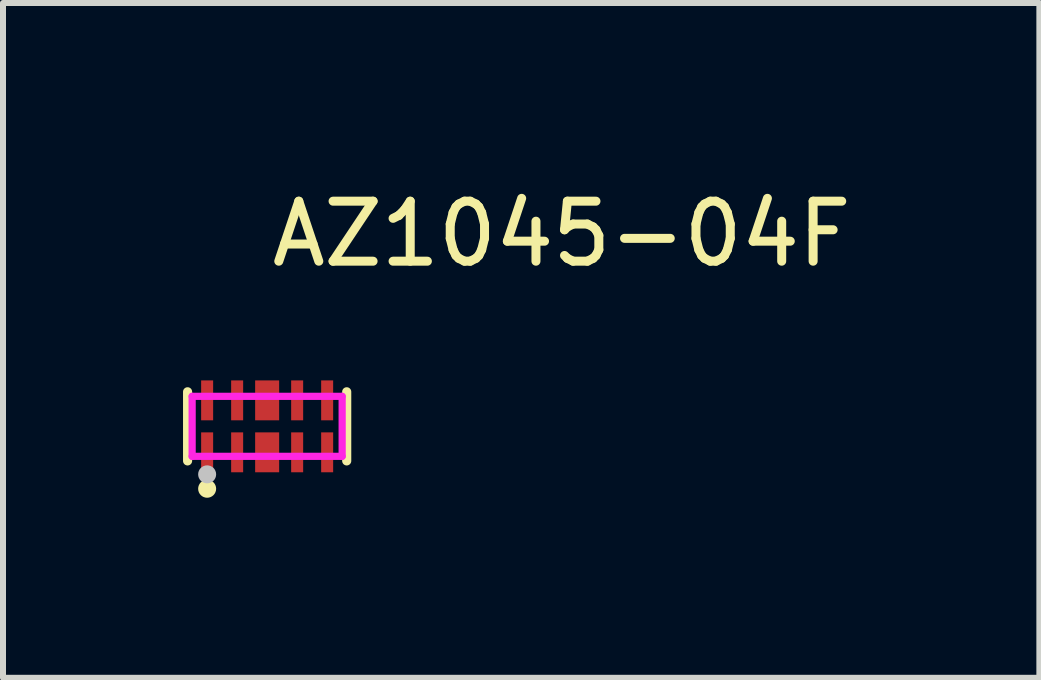
<source format=kicad_pcb>
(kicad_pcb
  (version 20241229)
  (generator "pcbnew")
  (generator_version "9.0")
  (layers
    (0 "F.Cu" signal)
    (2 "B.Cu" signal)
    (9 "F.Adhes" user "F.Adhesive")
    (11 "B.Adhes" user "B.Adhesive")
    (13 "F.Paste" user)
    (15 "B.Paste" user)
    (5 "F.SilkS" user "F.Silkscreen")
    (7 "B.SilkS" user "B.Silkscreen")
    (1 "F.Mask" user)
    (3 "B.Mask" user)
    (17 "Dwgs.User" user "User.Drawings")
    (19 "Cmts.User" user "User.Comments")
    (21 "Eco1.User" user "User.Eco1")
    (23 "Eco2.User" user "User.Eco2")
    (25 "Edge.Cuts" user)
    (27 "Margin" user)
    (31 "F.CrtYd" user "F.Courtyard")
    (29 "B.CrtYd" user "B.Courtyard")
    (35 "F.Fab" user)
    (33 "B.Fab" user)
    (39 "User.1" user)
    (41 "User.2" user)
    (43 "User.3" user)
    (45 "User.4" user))
  (footprint "AZ1045-04F"
    (layer "F.Cu")
    (at 1.402 4.055)
    (property "Reference" "AZ1045-04F" (at 0 -3.207 0) (layer "F.SilkS") (effects (font (size 1 1) (thickness 0.15)) (justify left)))
    (attr through_hole)
    (fp_line (start -1.326 0.576) (end -1.326 -0.576) (stroke (width 0.152) (type solid)) (layer "F.SilkS"))
    (fp_line (start 1.326 0.576) (end 1.326 -0.576) (stroke (width 0.152) (type solid)) (layer "F.SilkS"))
    (fp_circle (center -1 1.04) (end -0.925 1.04) (stroke (width 0.15) (type solid)) (fill no) (layer "F.SilkS"))
    (fp_poly (pts (xy -1.101 -0.765) (xy -0.9 -0.765) (xy -0.9 -0.101) (xy -1.1 -0.101)) (stroke (width 0.12) (type solid)) (fill yes) (layer "F.Paste"))
    (fp_poly (pts (xy -1.101 0.1) (xy -0.9 0.1) (xy -0.9 0.765) (xy -1.1 0.765)) (stroke (width 0.12) (type solid)) (fill yes) (layer "F.Paste"))
    (fp_poly (pts (xy -0.601 -0.765) (xy -0.4 -0.765) (xy -0.4 -0.101) (xy -0.6 -0.101)) (stroke (width 0.12) (type solid)) (fill yes) (layer "F.Paste"))
    (fp_poly (pts (xy -0.601 0.1) (xy -0.4 0.1) (xy -0.4 0.765) (xy -0.6 0.765)) (stroke (width 0.12) (type solid)) (fill yes) (layer "F.Paste"))
    (fp_poly (pts (xy -0.2 -0.765) (xy 0.2 -0.765) (xy 0.2 -0.1) (xy -0.2 -0.1)) (stroke (width 0.12) (type solid)) (fill yes) (layer "F.Paste"))
    (fp_poly (pts (xy 0.399 -0.765) (xy 0.6 -0.765) (xy 0.6 -0.101) (xy 0.4 -0.101)) (stroke (width 0.12) (type solid)) (fill yes) (layer "F.Paste"))
    (fp_poly (pts (xy 0.399 0.1) (xy 0.6 0.1) (xy 0.6 0.765) (xy 0.4 0.765)) (stroke (width 0.12) (type solid)) (fill yes) (layer "F.Paste"))
    (fp_poly (pts (xy 0.899 -0.765) (xy 1.1 -0.765) (xy 1.1 -0.101) (xy 0.9 -0.101)) (stroke (width 0.12) (type solid)) (fill yes) (layer "F.Paste"))
    (fp_poly (pts (xy 0.899 0.1) (xy 1.1 0.1) (xy 1.1 0.765) (xy 0.9 0.765)) (stroke (width 0.12) (type solid)) (fill yes) (layer "F.Paste"))
    (fp_poly (pts (xy -0.2 0.1) (xy 0.2 0.1) (xy 0.2 0.765) (xy -0.2 0.765) (xy -0.2 0.766)) (stroke (width 0.12) (type solid)) (fill yes) (layer "F.Paste"))
    (fp_circle (center -1 0.8) (end -0.925 0.8) (stroke (width 0.15) (type solid)) (fill no) (layer "Dwgs.User"))
    (fp_circle (center -1.25 0.5) (end -1.22 0.5) (stroke (width 0.06) (type solid)) (fill no) (layer "Eco2.User"))
    (fp_poly (pts (xy -1.1 -0.5) (xy -1.1 -0.1) (xy -0.9 -0.1) (xy -0.9 -0.5)) (stroke (width 0.12) (type solid)) (fill no) (layer "Eco2.User"))
    (fp_poly (pts (xy -1.1 0.5) (xy -1.1 0.1) (xy -0.9 0.1) (xy -0.9 0.5)) (stroke (width 0.12) (type solid)) (fill no) (layer "Eco2.User"))
    (fp_poly (pts (xy -0.6 -0.5) (xy -0.6 -0.1) (xy -0.4 -0.1) (xy -0.4 -0.5)) (stroke (width 0.12) (type solid)) (fill no) (layer "Eco2.User"))
    (fp_poly (pts (xy -0.6 0.5) (xy -0.6 0.1) (xy -0.4 0.1) (xy -0.4 0.5)) (stroke (width 0.12) (type solid)) (fill no) (layer "Eco2.User"))
    (fp_poly (pts (xy -0.2 -0.5) (xy 0.2 -0.5) (xy 0.2 -0.1) (xy -0.2 -0.1)) (stroke (width 0.12) (type solid)) (fill no) (layer "Eco2.User"))
    (fp_poly (pts (xy -0.2 0.1) (xy 0.2 0.1) (xy 0.2 0.5) (xy -0.2 0.5)) (stroke (width 0.12) (type solid)) (fill no) (layer "Eco2.User"))
    (fp_poly (pts (xy 0.4 -0.5) (xy 0.4 -0.1) (xy 0.6 -0.1) (xy 0.6 -0.5)) (stroke (width 0.12) (type solid)) (fill no) (layer "Eco2.User"))
    (fp_poly (pts (xy 0.4 0.5) (xy 0.4 0.1) (xy 0.6 0.1) (xy 0.6 0.5)) (stroke (width 0.12) (type solid)) (fill no) (layer "Eco2.User"))
    (fp_poly (pts (xy 0.9 -0.5) (xy 0.9 -0.1) (xy 1.1 -0.1) (xy 1.1 -0.5)) (stroke (width 0.12) (type solid)) (fill no) (layer "Eco2.User"))
    (fp_poly (pts (xy 0.9 0.5) (xy 0.9 0.1) (xy 1.1 0.1) (xy 1.1 0.5)) (stroke (width 0.12) (type solid)) (fill no) (layer "Eco2.User"))
    (fp_line (start -1.25 -0.5) (end 1.25 -0.5) (stroke (width 0.12) (type solid)) (layer "F.CrtYd"))
    (fp_line (start -1.25 0.5) (end -1.25 -0.5) (stroke (width 0.12) (type solid)) (layer "F.CrtYd"))
    (fp_line (start 1.25 -0.5) (end 1.25 0.5) (stroke (width 0.12) (type solid)) (layer "F.CrtYd"))
    (fp_line (start 1.25 0.5) (end -1.25 0.5) (stroke (width 0.12) (type solid)) (layer "F.CrtYd"))
    (pad "1" smd rect (at -1 0.433) (size 0.2 0.665) (layers "F.Cu" "F.Mask" "F.Paste"))
    (pad "2" smd rect (at -0.5 0.433) (size 0.2 0.665) (layers "F.Cu" "F.Mask" "F.Paste"))
    (pad "3" smd rect (at 0 0.433) (size 0.4 0.665) (layers "F.Cu" "F.Mask" "F.Paste"))
    (pad "4" smd rect (at 0.5 0.433) (size 0.2 0.665) (layers "F.Cu" "F.Mask" "F.Paste"))
    (pad "5" smd rect (at 1 0.433) (size 0.2 0.665) (layers "F.Cu" "F.Mask" "F.Paste"))
    (pad "6" smd rect (at 1 -0.433) (size 0.2 0.665) (layers "F.Cu" "F.Mask" "F.Paste"))
    (pad "7" smd rect (at 0.5 -0.433) (size 0.2 0.665) (layers "F.Cu" "F.Mask" "F.Paste"))
    (pad "8" smd rect (at 0 -0.433) (size 0.4 0.665) (layers "F.Cu" "F.Mask" "F.Paste"))
    (pad "9" smd rect (at -0.5 -0.433) (size 0.2 0.665) (layers "F.Cu" "F.Mask" "F.Paste"))
    (pad "10" smd rect (at -1 -0.433) (size 0.2 0.665) (layers "F.Cu" "F.Mask" "F.Paste")))
  (gr_rect
    (start -3 -3)
    (end 14.271 8.245)
    (stroke (width 0.1) (type default))
    (fill no)
    (layer "Edge.Cuts")))
</source>
